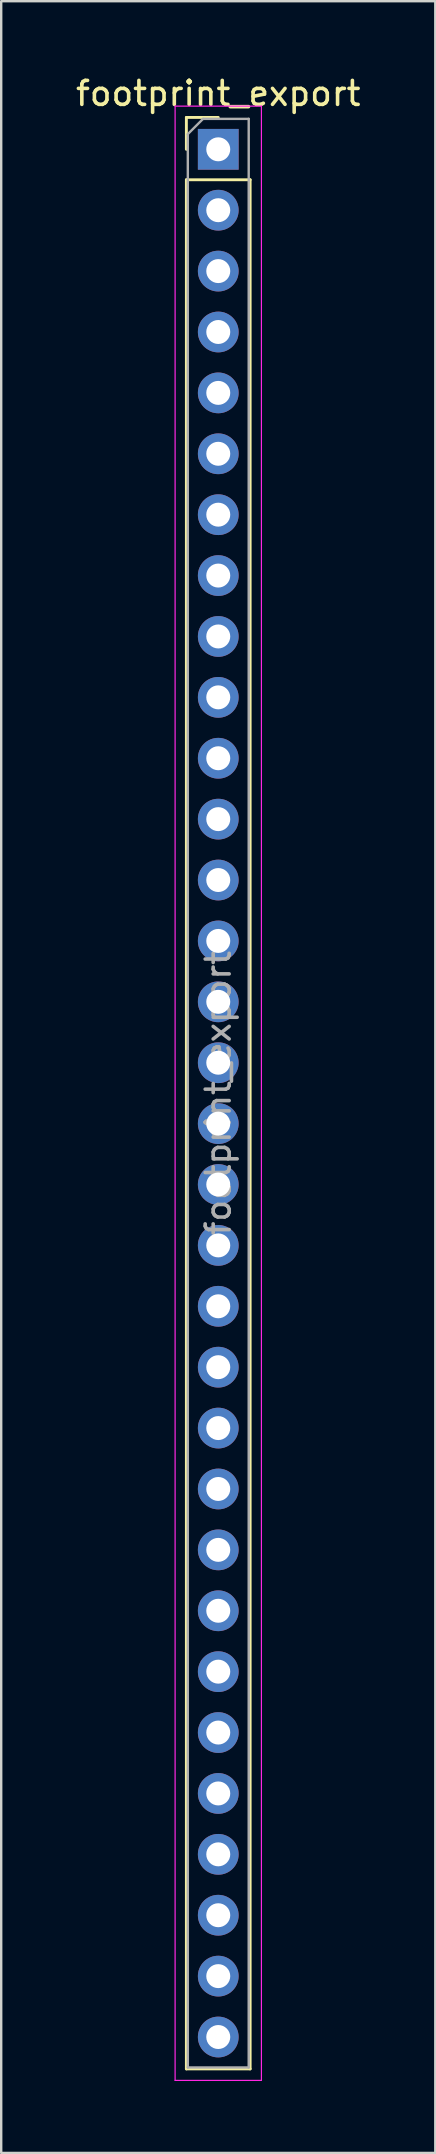
<source format=kicad_pcb>
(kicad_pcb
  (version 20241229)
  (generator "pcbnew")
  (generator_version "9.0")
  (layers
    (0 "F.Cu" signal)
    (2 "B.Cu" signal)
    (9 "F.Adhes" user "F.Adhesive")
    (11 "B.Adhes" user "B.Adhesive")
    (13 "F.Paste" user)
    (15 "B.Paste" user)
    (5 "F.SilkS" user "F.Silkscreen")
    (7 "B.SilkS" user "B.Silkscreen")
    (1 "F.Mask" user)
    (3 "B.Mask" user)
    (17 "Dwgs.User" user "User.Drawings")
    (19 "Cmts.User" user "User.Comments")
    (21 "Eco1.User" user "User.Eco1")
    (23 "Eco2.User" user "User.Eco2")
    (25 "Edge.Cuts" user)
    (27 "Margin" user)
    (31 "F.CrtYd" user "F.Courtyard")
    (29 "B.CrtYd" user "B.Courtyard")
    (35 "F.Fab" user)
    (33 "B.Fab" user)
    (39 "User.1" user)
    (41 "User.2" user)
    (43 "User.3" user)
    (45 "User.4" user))
  (footprint "footprint_export"
    (layer "F.Cu")
    (at 6.054 3.178)
    (property "Reference" "footprint_export" (at 0 -2.33 0) (layer "F.SilkS") (effects (font (size 1 1) (thickness 0.15))))
    (attr through_hole)
    (fp_line (start -1.33 -1.33) (end 0 -1.33) (stroke (width 0.12) (type solid)) (layer "F.SilkS"))
    (fp_line (start -1.33 0) (end -1.33 -1.33) (stroke (width 0.12) (type solid)) (layer "F.SilkS"))
    (fp_line (start -1.33 1.27) (end -1.33 80.07) (stroke (width 0.12) (type solid)) (layer "F.SilkS"))
    (fp_line (start -1.33 1.27) (end 1.33 1.27) (stroke (width 0.12) (type solid)) (layer "F.SilkS"))
    (fp_line (start -1.33 80.07) (end 1.33 80.07) (stroke (width 0.12) (type solid)) (layer "F.SilkS"))
    (fp_line (start 1.33 1.27) (end 1.33 80.07) (stroke (width 0.12) (type solid)) (layer "F.SilkS"))
    (fp_line (start -1.8 -1.8) (end -1.8 80.55) (stroke (width 0.05) (type solid)) (layer "F.CrtYd"))
    (fp_line (start -1.8 80.55) (end 1.8 80.55) (stroke (width 0.05) (type solid)) (layer "F.CrtYd"))
    (fp_line (start 1.8 -1.8) (end -1.8 -1.8) (stroke (width 0.05) (type solid)) (layer "F.CrtYd"))
    (fp_line (start 1.8 80.55) (end 1.8 -1.8) (stroke (width 0.05) (type solid)) (layer "F.CrtYd"))
    (fp_line (start -1.27 -0.635) (end -0.635 -1.27) (stroke (width 0.1) (type solid)) (layer "F.Fab"))
    (fp_line (start -1.27 80.01) (end -1.27 -0.635) (stroke (width 0.1) (type solid)) (layer "F.Fab"))
    (fp_line (start -0.635 -1.27) (end 1.27 -1.27) (stroke (width 0.1) (type solid)) (layer "F.Fab"))
    (fp_line (start 1.27 -1.27) (end 1.27 80.01) (stroke (width 0.1) (type solid)) (layer "F.Fab"))
    (fp_line (start 1.27 80.01) (end -1.27 80.01) (stroke (width 0.1) (type solid)) (layer "F.Fab"))
    (fp_text user "${REFERENCE}" (at 0 39.37 90) (layer "F.Fab") (effects (font (size 1 1) (thickness 0.15))))
    (pad "1" thru_hole rect (at 0 0) (size 1.7 1.7) (drill 1) (layers "*.Cu" "*.Mask"))
    (pad "2" thru_hole oval (at 0 2.54) (size 1.7 1.7) (drill 1) (layers "*.Cu" "*.Mask"))
    (pad "3" thru_hole oval (at 0 5.08) (size 1.7 1.7) (drill 1) (layers "*.Cu" "*.Mask"))
    (pad "4" thru_hole oval (at 0 7.62) (size 1.7 1.7) (drill 1) (layers "*.Cu" "*.Mask"))
    (pad "5" thru_hole oval (at 0 10.16) (size 1.7 1.7) (drill 1) (layers "*.Cu" "*.Mask"))
    (pad "6" thru_hole oval (at 0 12.7) (size 1.7 1.7) (drill 1) (layers "*.Cu" "*.Mask"))
    (pad "7" thru_hole oval (at 0 15.24) (size 1.7 1.7) (drill 1) (layers "*.Cu" "*.Mask"))
    (pad "8" thru_hole oval (at 0 17.78) (size 1.7 1.7) (drill 1) (layers "*.Cu" "*.Mask"))
    (pad "9" thru_hole oval (at 0 20.32) (size 1.7 1.7) (drill 1) (layers "*.Cu" "*.Mask"))
    (pad "10" thru_hole oval (at 0 22.86) (size 1.7 1.7) (drill 1) (layers "*.Cu" "*.Mask"))
    (pad "11" thru_hole oval (at 0 25.4) (size 1.7 1.7) (drill 1) (layers "*.Cu" "*.Mask"))
    (pad "12" thru_hole oval (at 0 27.94) (size 1.7 1.7) (drill 1) (layers "*.Cu" "*.Mask"))
    (pad "13" thru_hole oval (at 0 30.48) (size 1.7 1.7) (drill 1) (layers "*.Cu" "*.Mask"))
    (pad "14" thru_hole oval (at 0 33.02) (size 1.7 1.7) (drill 1) (layers "*.Cu" "*.Mask"))
    (pad "15" thru_hole oval (at 0 35.56) (size 1.7 1.7) (drill 1) (layers "*.Cu" "*.Mask"))
    (pad "16" thru_hole oval (at 0 38.1) (size 1.7 1.7) (drill 1) (layers "*.Cu" "*.Mask"))
    (pad "17" thru_hole oval (at 0 40.64) (size 1.7 1.7) (drill 1) (layers "*.Cu" "*.Mask"))
    (pad "18" thru_hole oval (at 0 43.18) (size 1.7 1.7) (drill 1) (layers "*.Cu" "*.Mask"))
    (pad "19" thru_hole oval (at 0 45.72) (size 1.7 1.7) (drill 1) (layers "*.Cu" "*.Mask"))
    (pad "20" thru_hole oval (at 0 48.26) (size 1.7 1.7) (drill 1) (layers "*.Cu" "*.Mask"))
    (pad "21" thru_hole oval (at 0 50.8) (size 1.7 1.7) (drill 1) (layers "*.Cu" "*.Mask"))
    (pad "22" thru_hole oval (at 0 53.34) (size 1.7 1.7) (drill 1) (layers "*.Cu" "*.Mask"))
    (pad "23" thru_hole oval (at 0 55.88) (size 1.7 1.7) (drill 1) (layers "*.Cu" "*.Mask"))
    (pad "24" thru_hole oval (at 0 58.42) (size 1.7 1.7) (drill 1) (layers "*.Cu" "*.Mask"))
    (pad "25" thru_hole oval (at 0 60.96) (size 1.7 1.7) (drill 1) (layers "*.Cu" "*.Mask"))
    (pad "26" thru_hole oval (at 0 63.5) (size 1.7 1.7) (drill 1) (layers "*.Cu" "*.Mask"))
    (pad "27" thru_hole oval (at 0 66.04) (size 1.7 1.7) (drill 1) (layers "*.Cu" "*.Mask"))
    (pad "28" thru_hole oval (at 0 68.58) (size 1.7 1.7) (drill 1) (layers "*.Cu" "*.Mask"))
    (pad "29" thru_hole oval (at 0 71.12) (size 1.7 1.7) (drill 1) (layers "*.Cu" "*.Mask"))
    (pad "30" thru_hole oval (at 0 73.66) (size 1.7 1.7) (drill 1) (layers "*.Cu" "*.Mask"))
    (pad "31" thru_hole oval (at 0 76.2) (size 1.7 1.7) (drill 1) (layers "*.Cu" "*.Mask"))
    (pad "32" thru_hole oval (at 0 78.74) (size 1.7 1.7) (drill 1) (layers "*.Cu" "*.Mask")))
  (gr_rect
    (start -3 -3)
    (end 15.107 86.753)
    (stroke (width 0.1) (type default))
    (fill no)
    (layer "Edge.Cuts")))
</source>
